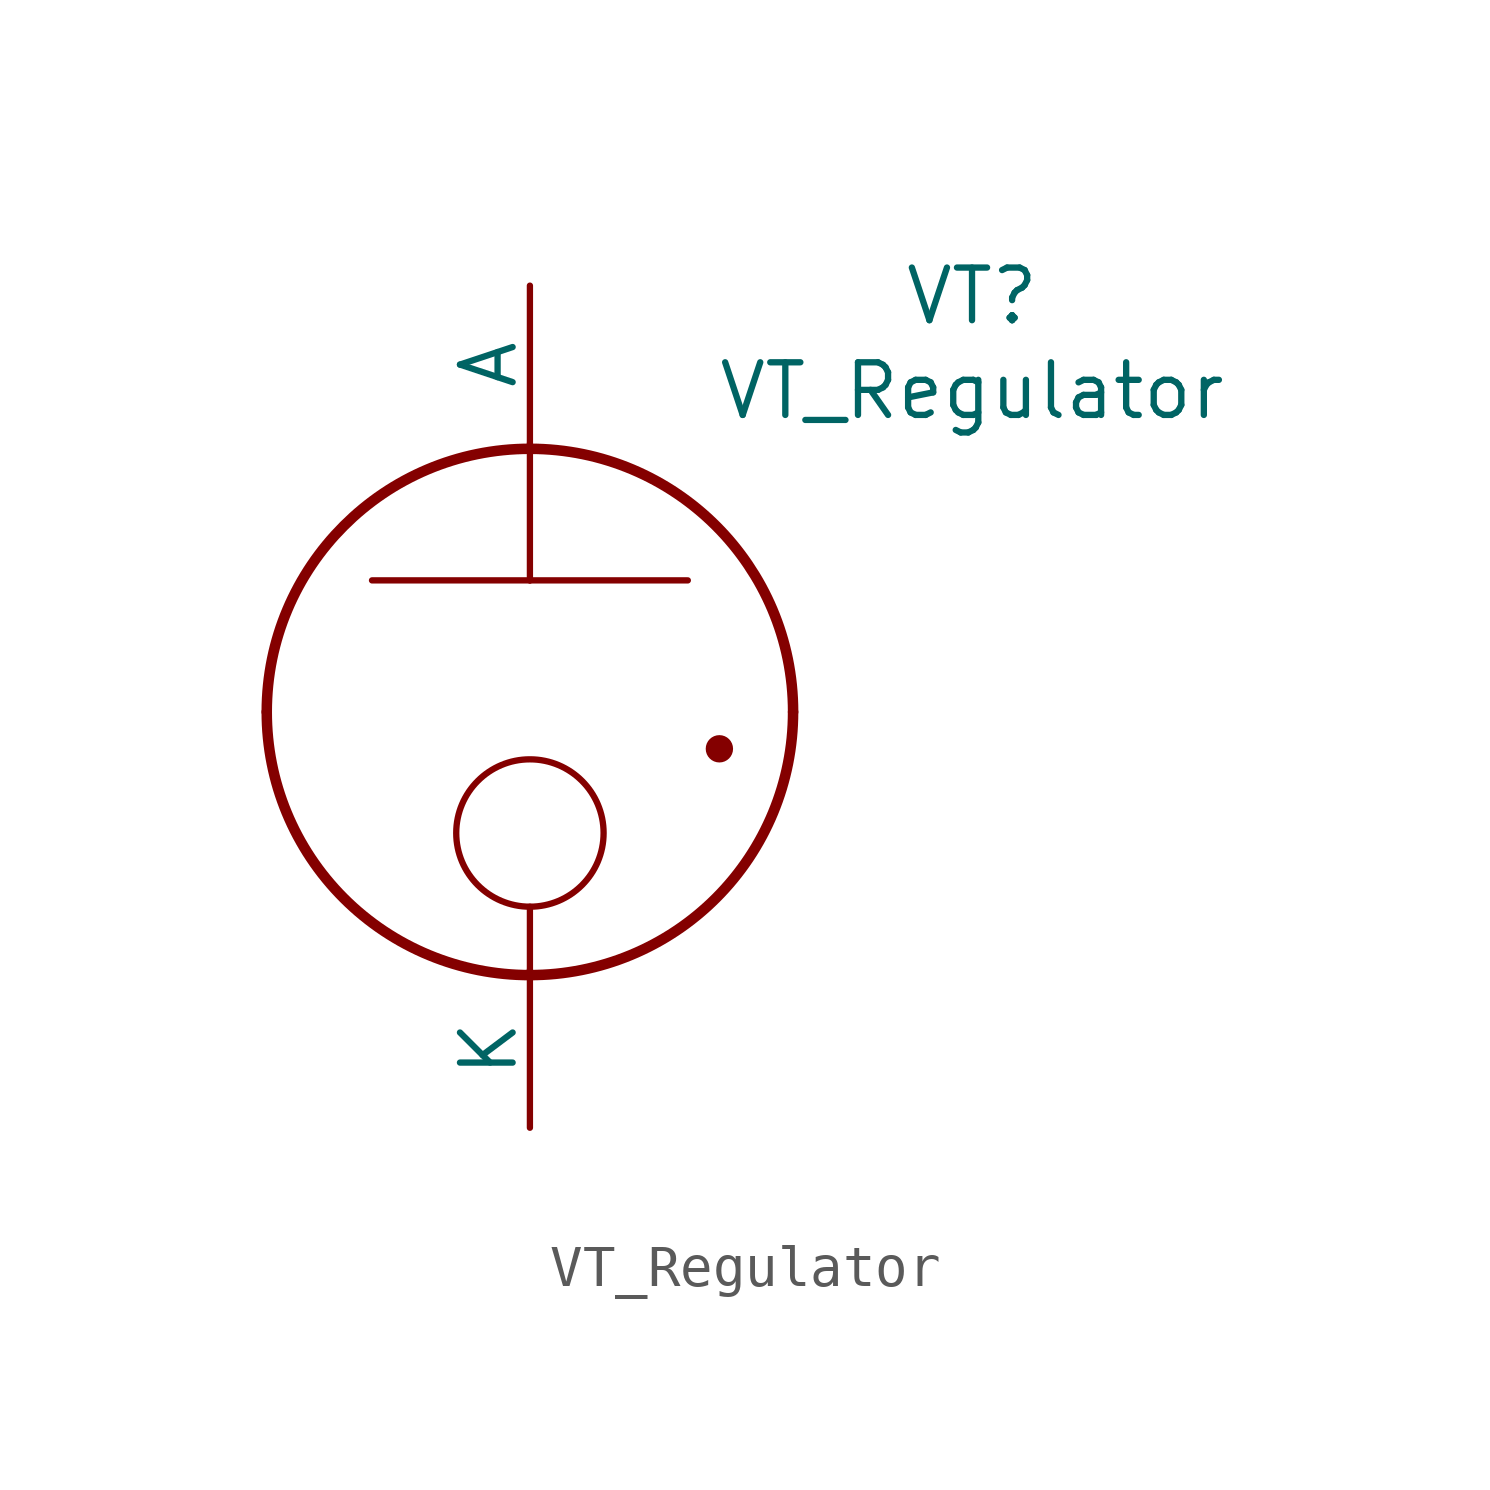
<source format=kicad_sym>
(kicad_symbol_lib
  (version 20241209)
  (generator "kicad_symbol_editor")
  (generator_version "9.0")
  (symbol "VT_Regulator"
    (pin_numbers
      (hide yes))
    (pin_names
      (offset 0))
    (property "Reference" "VT"
      (at 10.668 9.906 0)
      (effects (font (size 1.27 1.27))))
    (property "Value" "VT_Regulator"
      (at 10.668 7.62 0)
      (effects (font (size 1.27 1.27))))
    (symbol "VT_Regulator_1_1"
      (arc (start -0.0001 -6.4769) (mid -4.4926 -4.6195) (end -6.35 -0.127) (stroke (width 0.254) (type solid)) (fill (type none)))
      (arc (start -6.35 -0.127) (mid -4.4902 4.3632) (end 0 6.223) (stroke (width 0.254) (type solid)) (fill (type none)))
      (polyline (pts (xy 0 3.048) (xy -3.81 3.048)) (stroke (width 0) (type solid)) (fill (type none)))
      (polyline (pts (xy 0 3.048) (xy 0 6.35)) (stroke (width 0) (type solid)) (fill (type none)))
      (polyline (pts (xy 0 3.048) (xy 3.81 3.048)) (stroke (width 0) (type solid)) (fill (type none)))
      (circle (center 0 -3.048) (radius 1.778) (stroke (width 0) (type default)) (fill (type none)))
      (polyline (pts (xy 0 -4.826) (xy 0 -6.35)) (stroke (width 0) (type default)) (fill (type none)))
      (arc (start 0 6.223) (mid 4.4902 4.3632) (end 6.35 -0.127) (stroke (width 0.254) (type solid)) (fill (type none)))
      (arc (start 6.35 -0.127) (mid 4.491 -4.618) (end -0.0001 -6.4769) (stroke (width 0.254) (type solid)) (fill (type none)))
      (circle (center 4.572 -1.016) (radius 0.254) (stroke (width 0) (type solid)) (fill (type outline)))
      (pin passive line (at 0 10.16 270) (length 3.81) (name "A" (effects (font (size 1.27 1.27)))) (number "A" (effects (font (size 1.27 1.27)))))
      (pin passive line (at 0 -10.16 90) (length 3.81) (name "K" (effects (font (size 1.27 1.27)))) (number "K" (effects (font (size 1.27 1.27))))))))
</source>
